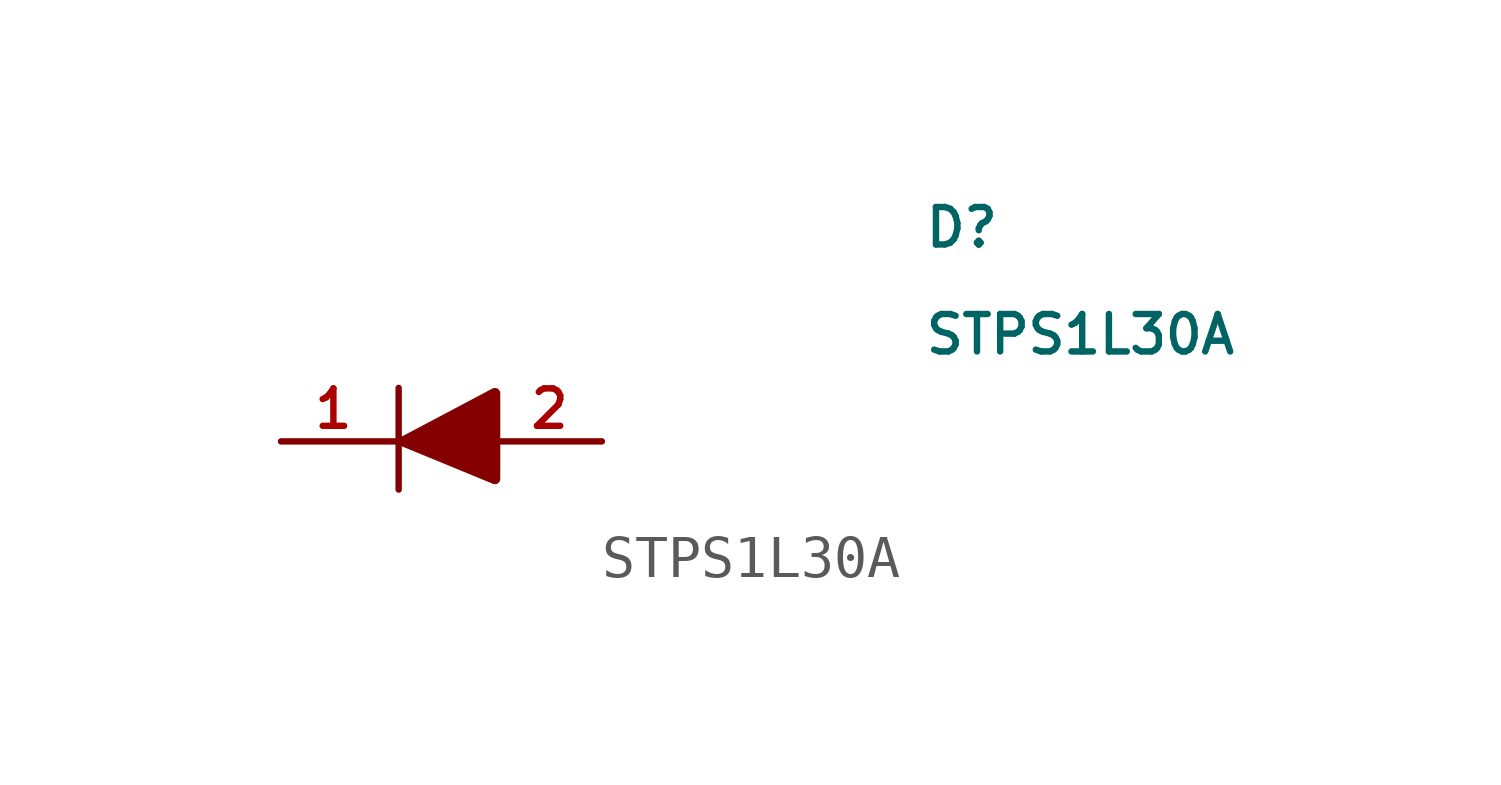
<source format=kicad_sym>
(kicad_symbol_lib
  (version 20220914)
  (generator kicad_symbol_editor)
  (symbol "STPS1L30A"
    (pin_names
      (offset 0.762))
    (property "Reference" "D"
      (at 11.43 5.08 0)
      (effects (font (size 0.889 0.889)) (justify left)))
    (property "Value" "STPS1L30A"
      (at 11.43 2.54 0)
      (effects (font (size 0.889 0.889)) (justify left)))
    (symbol "STPS1L30A_0_0"
      (pin passive line (at -3.81 0 0) (length 2.489) (name "~" (effects (font (size 0.889 0.889)))) (number "1" (effects (font (size 0.889 0.889)))))
      (pin passive line (at 3.81 0 180) (length 2.489) (name "~" (effects (font (size 0.889 0.889)))) (number "2" (effects (font (size 0.889 0.889))))))
    (symbol "STPS1L30A_0_1"
      (rectangle (start -1.27 0) (end 0 0) (stroke (width 0) (type solid)) (fill (type none)))
      (polyline (pts (xy -1.016 1.27) (xy -1.016 -1.143)) (stroke (width 0.152) (type solid)) (fill (type none)))
      (polyline (pts (xy -0.889 0) (xy 1.27 1.143) (xy 1.27 -0.889) (xy -0.889 0)) (stroke (width 0.254) (type solid)) (fill (type outline))))))
</source>
